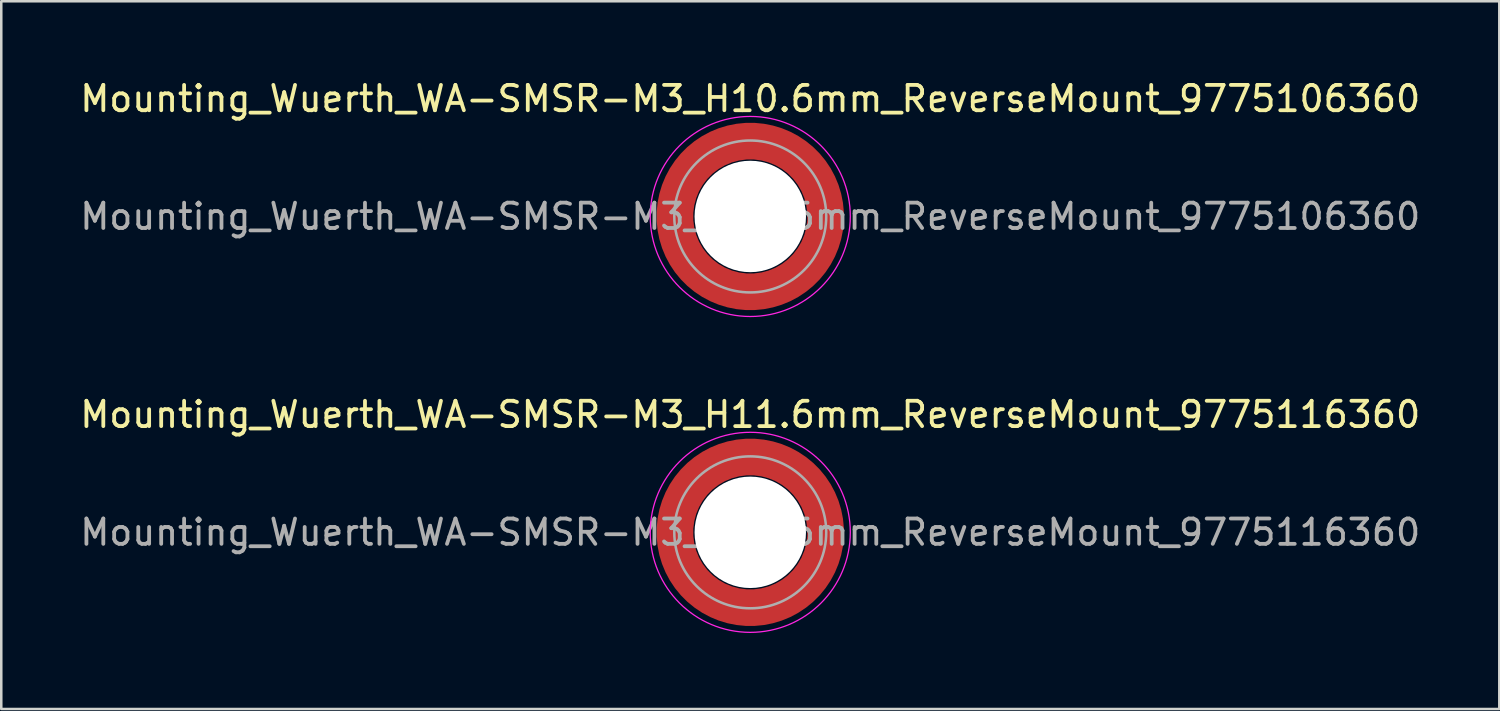
<source format=kicad_pcb>
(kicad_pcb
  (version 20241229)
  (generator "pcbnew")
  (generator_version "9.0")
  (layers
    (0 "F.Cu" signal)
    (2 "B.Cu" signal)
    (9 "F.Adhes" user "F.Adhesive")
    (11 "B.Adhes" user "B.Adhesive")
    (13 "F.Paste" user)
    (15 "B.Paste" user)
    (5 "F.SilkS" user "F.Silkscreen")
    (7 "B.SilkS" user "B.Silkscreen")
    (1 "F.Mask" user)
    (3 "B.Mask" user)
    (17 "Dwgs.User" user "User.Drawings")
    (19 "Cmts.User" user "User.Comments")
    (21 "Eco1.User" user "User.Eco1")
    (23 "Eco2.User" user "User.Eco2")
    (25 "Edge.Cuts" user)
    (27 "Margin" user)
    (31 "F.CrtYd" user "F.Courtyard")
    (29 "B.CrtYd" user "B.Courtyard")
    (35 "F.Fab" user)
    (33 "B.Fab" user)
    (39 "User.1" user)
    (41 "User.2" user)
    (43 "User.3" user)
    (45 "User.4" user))
  (footprint "Mounting_Wuerth_WA-SMSR-M3_H10.6mm_ReverseMount_9775106360"
    (layer "F.Cu")
    (at 26.577 5.498)
    (property "Reference" "Mounting_Wuerth_WA-SMSR-M3_H10.6mm_ReverseMount_9775106360" (at 0 -4.65 0) (layer "F.SilkS") (effects (font (size 1 1) (thickness 0.15))))
    (attr smd)
    (fp_circle (center 0 0) (end 3.95 0) (stroke (width 0.05) (type solid)) (fill no) (layer "F.CrtYd"))
    (fp_circle (center 0 0) (end 3 0) (stroke (width 0.1) (type solid)) (fill no) (layer "F.Fab"))
    (fp_text user "${REFERENCE}" (at 0 0 0) (layer "F.Fab") (effects (font (size 1 1) (thickness 0.15))))
    (pad "" smd custom (at -2.095 -2.095) (size 0.945 0.945) (layers "F.Paste") (options (anchor circle)) (primitives (gr_arc (start -0.24231 1.594804) (mid 0.404104 0.405534) (end 1.592827 -0.241886) (width 0.2)) (gr_arc (start -0.3398 1.594804) (mid 0.335987 0.338711) (end 1.591031 -0.339022) (width 0.2)) (gr_arc (start -0.437132 1.594804) (mid 0.268952 0.270807) (end 1.592231 -0.436623) (width 0.2)) (gr_arc (start -0.534324 1.594804) (mid 0.201345 0.203474) (end 1.591846 -0.53376) (width 0.2)) (gr_arc (start -0.631391 1.594804) (mid 0.134696 0.135183) (end 1.594126 -0.631267) (width 0.2)) (gr_arc (start -0.728345 1.594804) (mid 0.067234 0.067705) (end 1.594149 -0.728229) (width 0.2)) (gr_arc (start -0.825197 1.594804) (mid -0.001218 0.001219) (end 1.591408 -0.824614) (width 0.2)) (gr_arc (start -0.921958 1.594804) (mid -0.068952 -0.065985) (end 1.590665 -0.921269) (width 0.2)) (gr_arc (start -1.018637 1.594804) (mid -0.135972 -0.133907) (end 1.59192 -1.018172) (width 0.2)) (gr_arc (start -1.115239 1.594804) (mid -0.20428 -0.200537) (end 1.589574 -1.11442) (width 0.2)) (gr_arc (start -1.211773 1.594804) (mid -0.26993 -0.269828) (end 1.594662 -1.211751) (width 0.2)) (gr_arc (start -1.308244 1.594804) (mid -0.33911 -0.335587) (end 1.589875 -1.307516) (width 0.2)) (gr_arc (start -1.404657 1.594804) (mid -0.405633 -0.404004) (end 1.592524 -1.404331) (width 0.2)) (gr_arc (start -1.404657 1.594804) (mid -0.405633 -0.404004) (end 1.592524 -1.404331) (width 0.2)) (gr_line (start 1.595 -0.242) (end 1.595 -1.405) (width 0.2)) (gr_line (start -0.242 1.595) (end -1.405 1.595) (width 0.2))))
    (pad "" smd custom (at -2.095 2.095) (size 0.945 0.945) (layers "F.Paste") (options (anchor circle)) (primitives (gr_arc (start 1.594804 0.24231) (mid 0.405534 -0.404104) (end -0.241886 -1.592827) (width 0.2)) (gr_arc (start 1.594804 0.3398) (mid 0.338711 -0.335987) (end -0.339022 -1.591031) (width 0.2)) (gr_arc (start 1.594804 0.437132) (mid 0.270807 -0.268952) (end -0.436623 -1.592231) (width 0.2)) (gr_arc (start 1.594804 0.534324) (mid 0.203474 -0.201345) (end -0.53376 -1.591846) (width 0.2)) (gr_arc (start 1.594804 0.631391) (mid 0.135183 -0.134696) (end -0.631267 -1.594126) (width 0.2)) (gr_arc (start 1.594804 0.728345) (mid 0.067705 -0.067234) (end -0.728229 -1.594149) (width 0.2)) (gr_arc (start 1.594804 0.825197) (mid 0.001219 0.001218) (end -0.824614 -1.591408) (width 0.2)) (gr_arc (start 1.594804 0.921958) (mid -0.065985 0.068952) (end -0.921269 -1.590665) (width 0.2)) (gr_arc (start 1.594804 1.018637) (mid -0.133907 0.135972) (end -1.018172 -1.59192) (width 0.2)) (gr_arc (start 1.594804 1.115239) (mid -0.200537 0.20428) (end -1.11442 -1.589574) (width 0.2)) (gr_arc (start 1.594804 1.211773) (mid -0.269828 0.26993) (end -1.211751 -1.594662) (width 0.2)) (gr_arc (start 1.594804 1.308244) (mid -0.335587 0.33911) (end -1.307516 -1.589875) (width 0.2)) (gr_arc (start 1.594804 1.404657) (mid -0.404004 0.405633) (end -1.404331 -1.592524) (width 0.2)) (gr_arc (start 1.594804 1.404657) (mid -0.404004 0.405633) (end -1.404331 -1.592524) (width 0.2)) (gr_line (start -0.242 -1.595) (end -1.405 -1.595) (width 0.2)) (gr_line (start 1.595 0.242) (end 1.595 1.405) (width 0.2))))
    (pad "" np_thru_hole circle (at 0 0) (size 4.4 4.4) (drill 4.4) (layers "*.Cu" "*.Mask"))
    (pad "" smd custom (at 2.095 -2.095) (size 0.945 0.945) (layers "F.Paste") (options (anchor circle)) (primitives (gr_arc (start -1.594804 -0.24231) (mid -0.405534 0.404104) (end 0.241886 1.592827) (width 0.2)) (gr_arc (start -1.594804 -0.3398) (mid -0.338711 0.335987) (end 0.339022 1.591031) (width 0.2)) (gr_arc (start -1.594804 -0.437132) (mid -0.270807 0.268952) (end 0.436623 1.592231) (width 0.2)) (gr_arc (start -1.594804 -0.534324) (mid -0.203474 0.201345) (end 0.53376 1.591846) (width 0.2)) (gr_arc (start -1.594804 -0.631391) (mid -0.135183 0.134696) (end 0.631267 1.594126) (width 0.2)) (gr_arc (start -1.594804 -0.728345) (mid -0.067705 0.067234) (end 0.728229 1.594149) (width 0.2)) (gr_arc (start -1.594804 -0.825197) (mid -0.001219 -0.001218) (end 0.824614 1.591408) (width 0.2)) (gr_arc (start -1.594804 -0.921958) (mid 0.065985 -0.068952) (end 0.921269 1.590665) (width 0.2)) (gr_arc (start -1.594804 -1.018637) (mid 0.133907 -0.135972) (end 1.018172 1.59192) (width 0.2)) (gr_arc (start -1.594804 -1.115239) (mid 0.200537 -0.20428) (end 1.11442 1.589574) (width 0.2)) (gr_arc (start -1.594804 -1.211773) (mid 0.269828 -0.26993) (end 1.211751 1.594662) (width 0.2)) (gr_arc (start -1.594804 -1.308244) (mid 0.335587 -0.33911) (end 1.307516 1.589875) (width 0.2)) (gr_arc (start -1.594804 -1.404657) (mid 0.404004 -0.405633) (end 1.404331 1.592524) (width 0.2)) (gr_arc (start -1.594804 -1.404657) (mid 0.404004 -0.405633) (end 1.404331 1.592524) (width 0.2)) (gr_line (start 0.242 1.595) (end 1.405 1.595) (width 0.2)) (gr_line (start -1.595 -0.242) (end -1.595 -1.405) (width 0.2))))
    (pad "" smd custom (at 2.095 2.095) (size 0.945 0.945) (layers "F.Paste") (options (anchor circle)) (primitives (gr_arc (start 0.24231 -1.594804) (mid -0.404104 -0.405534) (end -1.592827 0.241886) (width 0.2)) (gr_arc (start 0.3398 -1.594804) (mid -0.335987 -0.338711) (end -1.591031 0.339022) (width 0.2)) (gr_arc (start 0.437132 -1.594804) (mid -0.268952 -0.270807) (end -1.592231 0.436623) (width 0.2)) (gr_arc (start 0.534324 -1.594804) (mid -0.201345 -0.203474) (end -1.591846 0.53376) (width 0.2)) (gr_arc (start 0.631391 -1.594804) (mid -0.134696 -0.135183) (end -1.594126 0.631267) (width 0.2)) (gr_arc (start 0.728345 -1.594804) (mid -0.067234 -0.067705) (end -1.594149 0.728229) (width 0.2)) (gr_arc (start 0.825197 -1.594804) (mid 0.001218 -0.001219) (end -1.591408 0.824614) (width 0.2)) (gr_arc (start 0.921958 -1.594804) (mid 0.068952 0.065985) (end -1.590665 0.921269) (width 0.2)) (gr_arc (start 1.018637 -1.594804) (mid 0.135972 0.133907) (end -1.59192 1.018172) (width 0.2)) (gr_arc (start 1.115239 -1.594804) (mid 0.20428 0.200537) (end -1.589574 1.11442) (width 0.2)) (gr_arc (start 1.211773 -1.594804) (mid 0.26993 0.269828) (end -1.594662 1.211751) (width 0.2)) (gr_arc (start 1.308244 -1.594804) (mid 0.33911 0.335587) (end -1.589875 1.307516) (width 0.2)) (gr_arc (start 1.404657 -1.594804) (mid 0.405633 0.404004) (end -1.592524 1.404331) (width 0.2)) (gr_arc (start 1.404657 -1.594804) (mid 0.405633 0.404004) (end -1.592524 1.404331) (width 0.2)) (gr_line (start -1.595 0.242) (end -1.595 1.405) (width 0.2)) (gr_line (start 0.242 -1.595) (end 1.405 -1.595) (width 0.2))))
    (pad "1" smd circle (at -2.975 0) (size 1.05 1.05) (layers "F.Cu"))
    (pad "1" smd circle (at 0 -2.975) (size 1.05 1.05) (layers "F.Cu"))
    (pad "1" smd circle (at 0 2.975) (size 1.05 1.05) (layers "F.Cu"))
    (pad "1" smd custom (at 2.975 0) (size 1.05 1.05) (layers "F.Cu" "F.Mask") (options (anchor circle)) (primitives (gr_circle (center -2.975 0) (end 0 0) (width 1.45) (fill no)))))
  (footprint "Mounting_Wuerth_WA-SMSR-M3_H11.6mm_ReverseMount_9775116360"
    (layer "F.Cu")
    (at 26.577 17.971)
    (property "Reference" "Mounting_Wuerth_WA-SMSR-M3_H11.6mm_ReverseMount_9775116360" (at 0 -4.65 0) (layer "F.SilkS") (effects (font (size 1 1) (thickness 0.15))))
    (attr smd)
    (fp_circle (center 0 0) (end 3.95 0) (stroke (width 0.05) (type solid)) (fill no) (layer "F.CrtYd"))
    (fp_circle (center 0 0) (end 3 0) (stroke (width 0.1) (type solid)) (fill no) (layer "F.Fab"))
    (fp_text user "${REFERENCE}" (at 0 0 0) (layer "F.Fab") (effects (font (size 1 1) (thickness 0.15))))
    (pad "" smd custom (at -2.095 -2.095) (size 0.945 0.945) (layers "F.Paste") (options (anchor circle)) (primitives (gr_arc (start -0.24231 1.594804) (mid 0.404104 0.405534) (end 1.592827 -0.241886) (width 0.2)) (gr_arc (start -0.3398 1.594804) (mid 0.335987 0.338711) (end 1.591031 -0.339022) (width 0.2)) (gr_arc (start -0.437132 1.594804) (mid 0.268952 0.270807) (end 1.592231 -0.436623) (width 0.2)) (gr_arc (start -0.534324 1.594804) (mid 0.201345 0.203474) (end 1.591846 -0.53376) (width 0.2)) (gr_arc (start -0.631391 1.594804) (mid 0.134696 0.135183) (end 1.594126 -0.631267) (width 0.2)) (gr_arc (start -0.728345 1.594804) (mid 0.067234 0.067705) (end 1.594149 -0.728229) (width 0.2)) (gr_arc (start -0.825197 1.594804) (mid -0.001218 0.001219) (end 1.591408 -0.824614) (width 0.2)) (gr_arc (start -0.921958 1.594804) (mid -0.068952 -0.065985) (end 1.590665 -0.921269) (width 0.2)) (gr_arc (start -1.018637 1.594804) (mid -0.135972 -0.133907) (end 1.59192 -1.018172) (width 0.2)) (gr_arc (start -1.115239 1.594804) (mid -0.20428 -0.200537) (end 1.589574 -1.11442) (width 0.2)) (gr_arc (start -1.211773 1.594804) (mid -0.26993 -0.269828) (end 1.594662 -1.211751) (width 0.2)) (gr_arc (start -1.308244 1.594804) (mid -0.33911 -0.335587) (end 1.589875 -1.307516) (width 0.2)) (gr_arc (start -1.404657 1.594804) (mid -0.405633 -0.404004) (end 1.592524 -1.404331) (width 0.2)) (gr_arc (start -1.404657 1.594804) (mid -0.405633 -0.404004) (end 1.592524 -1.404331) (width 0.2)) (gr_line (start 1.595 -0.242) (end 1.595 -1.405) (width 0.2)) (gr_line (start -0.242 1.595) (end -1.405 1.595) (width 0.2))))
    (pad "" smd custom (at -2.095 2.095) (size 0.945 0.945) (layers "F.Paste") (options (anchor circle)) (primitives (gr_arc (start 1.594804 0.24231) (mid 0.405534 -0.404104) (end -0.241886 -1.592827) (width 0.2)) (gr_arc (start 1.594804 0.3398) (mid 0.338711 -0.335987) (end -0.339022 -1.591031) (width 0.2)) (gr_arc (start 1.594804 0.437132) (mid 0.270807 -0.268952) (end -0.436623 -1.592231) (width 0.2)) (gr_arc (start 1.594804 0.534324) (mid 0.203474 -0.201345) (end -0.53376 -1.591846) (width 0.2)) (gr_arc (start 1.594804 0.631391) (mid 0.135183 -0.134696) (end -0.631267 -1.594126) (width 0.2)) (gr_arc (start 1.594804 0.728345) (mid 0.067705 -0.067234) (end -0.728229 -1.594149) (width 0.2)) (gr_arc (start 1.594804 0.825197) (mid 0.001219 0.001218) (end -0.824614 -1.591408) (width 0.2)) (gr_arc (start 1.594804 0.921958) (mid -0.065985 0.068952) (end -0.921269 -1.590665) (width 0.2)) (gr_arc (start 1.594804 1.018637) (mid -0.133907 0.135972) (end -1.018172 -1.59192) (width 0.2)) (gr_arc (start 1.594804 1.115239) (mid -0.200537 0.20428) (end -1.11442 -1.589574) (width 0.2)) (gr_arc (start 1.594804 1.211773) (mid -0.269828 0.26993) (end -1.211751 -1.594662) (width 0.2)) (gr_arc (start 1.594804 1.308244) (mid -0.335587 0.33911) (end -1.307516 -1.589875) (width 0.2)) (gr_arc (start 1.594804 1.404657) (mid -0.404004 0.405633) (end -1.404331 -1.592524) (width 0.2)) (gr_arc (start 1.594804 1.404657) (mid -0.404004 0.405633) (end -1.404331 -1.592524) (width 0.2)) (gr_line (start -0.242 -1.595) (end -1.405 -1.595) (width 0.2)) (gr_line (start 1.595 0.242) (end 1.595 1.405) (width 0.2))))
    (pad "" np_thru_hole circle (at 0 0) (size 4.4 4.4) (drill 4.4) (layers "*.Cu" "*.Mask"))
    (pad "" smd custom (at 2.095 -2.095) (size 0.945 0.945) (layers "F.Paste") (options (anchor circle)) (primitives (gr_arc (start -1.594804 -0.24231) (mid -0.405534 0.404104) (end 0.241886 1.592827) (width 0.2)) (gr_arc (start -1.594804 -0.3398) (mid -0.338711 0.335987) (end 0.339022 1.591031) (width 0.2)) (gr_arc (start -1.594804 -0.437132) (mid -0.270807 0.268952) (end 0.436623 1.592231) (width 0.2)) (gr_arc (start -1.594804 -0.534324) (mid -0.203474 0.201345) (end 0.53376 1.591846) (width 0.2)) (gr_arc (start -1.594804 -0.631391) (mid -0.135183 0.134696) (end 0.631267 1.594126) (width 0.2)) (gr_arc (start -1.594804 -0.728345) (mid -0.067705 0.067234) (end 0.728229 1.594149) (width 0.2)) (gr_arc (start -1.594804 -0.825197) (mid -0.001219 -0.001218) (end 0.824614 1.591408) (width 0.2)) (gr_arc (start -1.594804 -0.921958) (mid 0.065985 -0.068952) (end 0.921269 1.590665) (width 0.2)) (gr_arc (start -1.594804 -1.018637) (mid 0.133907 -0.135972) (end 1.018172 1.59192) (width 0.2)) (gr_arc (start -1.594804 -1.115239) (mid 0.200537 -0.20428) (end 1.11442 1.589574) (width 0.2)) (gr_arc (start -1.594804 -1.211773) (mid 0.269828 -0.26993) (end 1.211751 1.594662) (width 0.2)) (gr_arc (start -1.594804 -1.308244) (mid 0.335587 -0.33911) (end 1.307516 1.589875) (width 0.2)) (gr_arc (start -1.594804 -1.404657) (mid 0.404004 -0.405633) (end 1.404331 1.592524) (width 0.2)) (gr_arc (start -1.594804 -1.404657) (mid 0.404004 -0.405633) (end 1.404331 1.592524) (width 0.2)) (gr_line (start 0.242 1.595) (end 1.405 1.595) (width 0.2)) (gr_line (start -1.595 -0.242) (end -1.595 -1.405) (width 0.2))))
    (pad "" smd custom (at 2.095 2.095) (size 0.945 0.945) (layers "F.Paste") (options (anchor circle)) (primitives (gr_arc (start 0.24231 -1.594804) (mid -0.404104 -0.405534) (end -1.592827 0.241886) (width 0.2)) (gr_arc (start 0.3398 -1.594804) (mid -0.335987 -0.338711) (end -1.591031 0.339022) (width 0.2)) (gr_arc (start 0.437132 -1.594804) (mid -0.268952 -0.270807) (end -1.592231 0.436623) (width 0.2)) (gr_arc (start 0.534324 -1.594804) (mid -0.201345 -0.203474) (end -1.591846 0.53376) (width 0.2)) (gr_arc (start 0.631391 -1.594804) (mid -0.134696 -0.135183) (end -1.594126 0.631267) (width 0.2)) (gr_arc (start 0.728345 -1.594804) (mid -0.067234 -0.067705) (end -1.594149 0.728229) (width 0.2)) (gr_arc (start 0.825197 -1.594804) (mid 0.001218 -0.001219) (end -1.591408 0.824614) (width 0.2)) (gr_arc (start 0.921958 -1.594804) (mid 0.068952 0.065985) (end -1.590665 0.921269) (width 0.2)) (gr_arc (start 1.018637 -1.594804) (mid 0.135972 0.133907) (end -1.59192 1.018172) (width 0.2)) (gr_arc (start 1.115239 -1.594804) (mid 0.20428 0.200537) (end -1.589574 1.11442) (width 0.2)) (gr_arc (start 1.211773 -1.594804) (mid 0.26993 0.269828) (end -1.594662 1.211751) (width 0.2)) (gr_arc (start 1.308244 -1.594804) (mid 0.33911 0.335587) (end -1.589875 1.307516) (width 0.2)) (gr_arc (start 1.404657 -1.594804) (mid 0.405633 0.404004) (end -1.592524 1.404331) (width 0.2)) (gr_arc (start 1.404657 -1.594804) (mid 0.405633 0.404004) (end -1.592524 1.404331) (width 0.2)) (gr_line (start -1.595 0.242) (end -1.595 1.405) (width 0.2)) (gr_line (start 0.242 -1.595) (end 1.405 -1.595) (width 0.2))))
    (pad "1" smd circle (at -2.975 0) (size 1.05 1.05) (layers "F.Cu"))
    (pad "1" smd circle (at 0 -2.975) (size 1.05 1.05) (layers "F.Cu"))
    (pad "1" smd circle (at 0 2.975) (size 1.05 1.05) (layers "F.Cu"))
    (pad "1" smd custom (at 2.975 0) (size 1.05 1.05) (layers "F.Cu" "F.Mask") (options (anchor circle)) (primitives (gr_circle (center -2.975 0) (end 0 0) (width 1.45) (fill no)))))
  (gr_rect
    (start -3 -3)
    (end 56.155 24.947)
    (stroke (width 0.1) (type default))
    (fill no)
    (layer "Edge.Cuts")))
</source>
